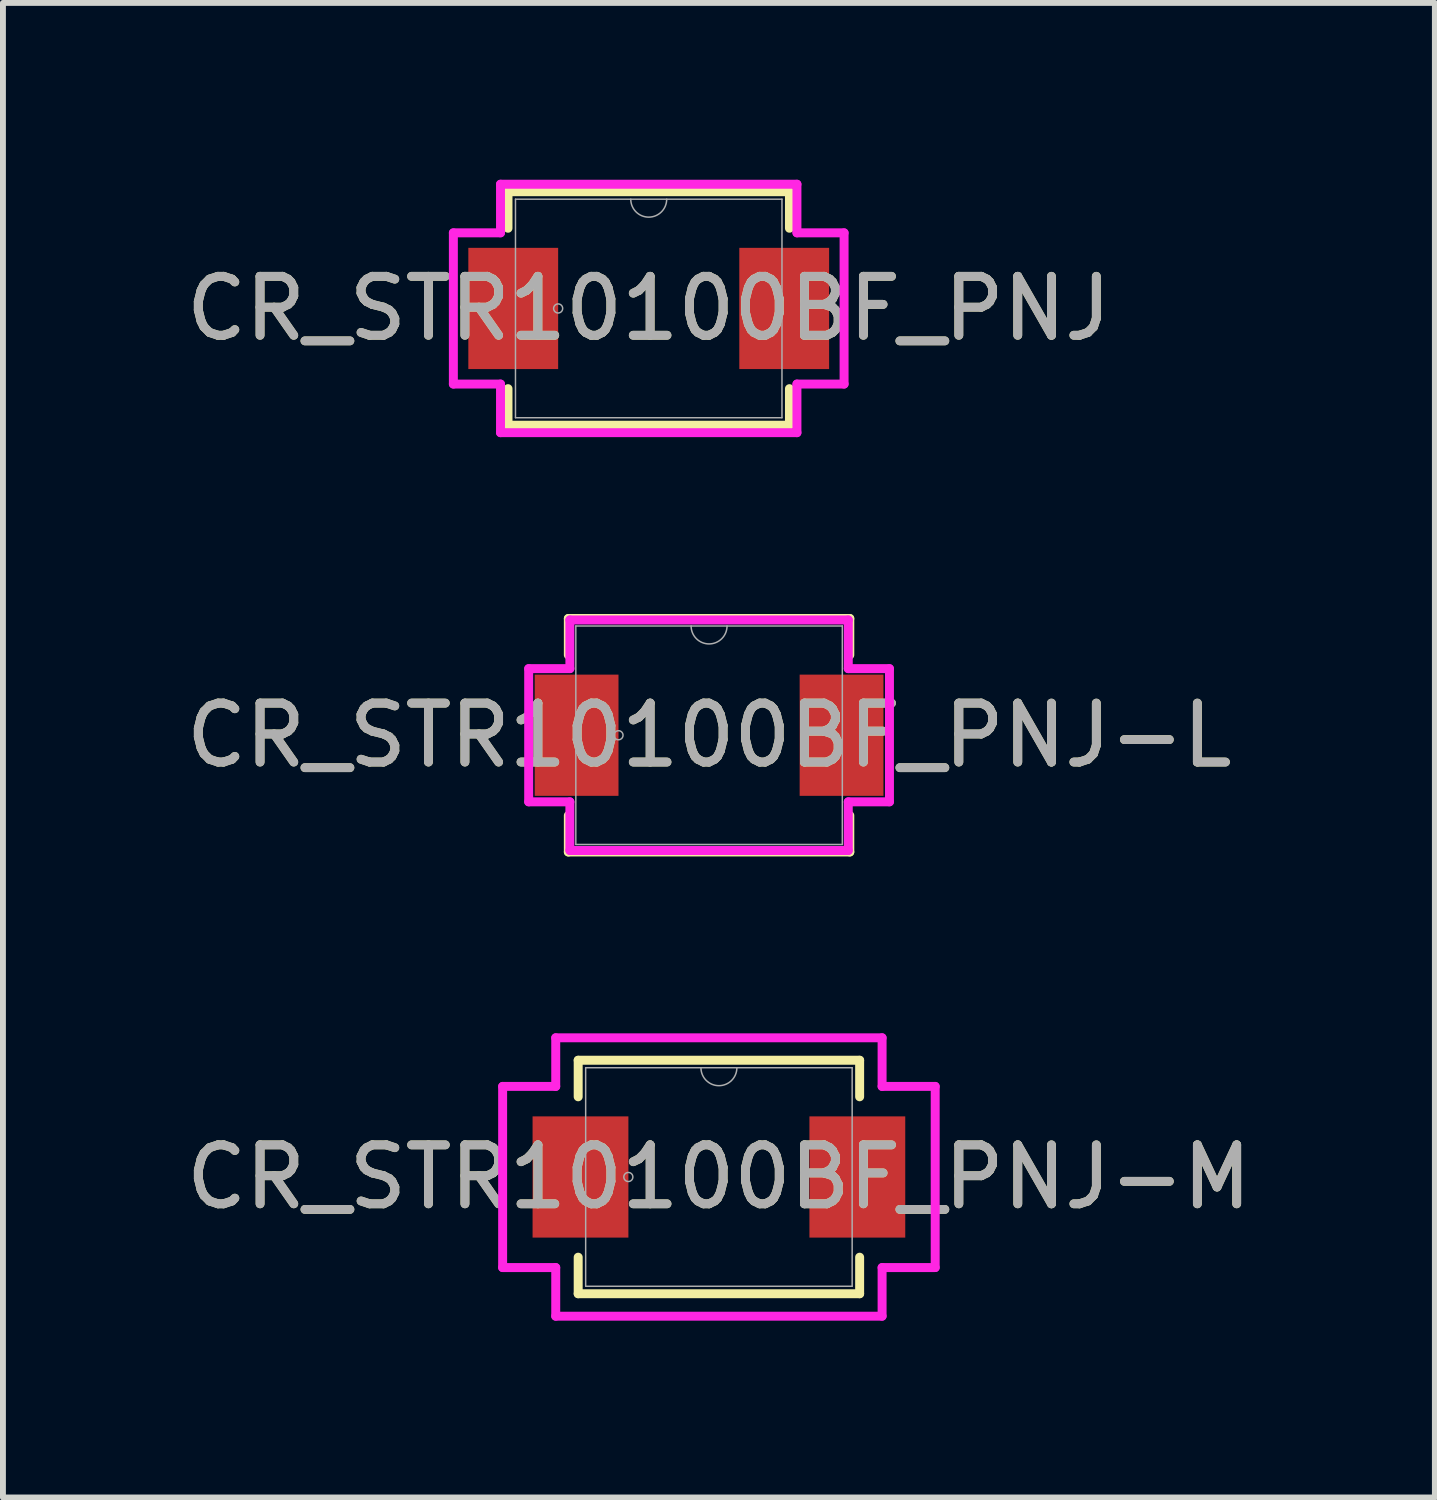
<source format=kicad_pcb>
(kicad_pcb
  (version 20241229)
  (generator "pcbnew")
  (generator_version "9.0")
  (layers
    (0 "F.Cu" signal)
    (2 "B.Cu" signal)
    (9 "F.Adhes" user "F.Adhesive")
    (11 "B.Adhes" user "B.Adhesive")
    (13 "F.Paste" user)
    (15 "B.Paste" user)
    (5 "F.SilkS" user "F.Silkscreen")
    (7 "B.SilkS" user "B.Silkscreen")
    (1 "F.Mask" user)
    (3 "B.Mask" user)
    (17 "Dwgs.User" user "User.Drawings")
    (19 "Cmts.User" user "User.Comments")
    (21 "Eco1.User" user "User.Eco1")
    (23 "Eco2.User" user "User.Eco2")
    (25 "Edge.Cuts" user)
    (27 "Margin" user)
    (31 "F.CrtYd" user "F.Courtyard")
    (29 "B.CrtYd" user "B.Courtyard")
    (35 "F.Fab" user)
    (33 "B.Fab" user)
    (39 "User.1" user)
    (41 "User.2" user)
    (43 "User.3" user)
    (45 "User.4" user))
  (footprint "CR_STR10100BF_PNJ"
    (layer "F.Cu")
    (at 7.958 2.184)
    (property "Reference" "CR_STR10100BF_PNJ" (at 0 0 0) (unlocked yes) (layer "F.SilkS") (effects (font (size 1 1) (thickness 0.15))))
    (attr smd)
    (fp_line (start -2.388 -1.981) (end -2.388 -1.361) (stroke (width 0.152) (type solid)) (layer "F.SilkS"))
    (fp_line (start -2.388 1.361) (end -2.388 1.981) (stroke (width 0.152) (type solid)) (layer "F.SilkS"))
    (fp_line (start -2.388 1.981) (end 2.388 1.981) (stroke (width 0.152) (type solid)) (layer "F.SilkS"))
    (fp_line (start 2.388 -1.981) (end -2.388 -1.981) (stroke (width 0.152) (type solid)) (layer "F.SilkS"))
    (fp_line (start 2.388 -1.361) (end 2.388 -1.981) (stroke (width 0.152) (type solid)) (layer "F.SilkS"))
    (fp_line (start 2.388 1.981) (end 2.388 1.361) (stroke (width 0.152) (type solid)) (layer "F.SilkS"))
    (fp_line (start -3.315 -1.283) (end -2.515 -1.283) (stroke (width 0.152) (type solid)) (layer "F.CrtYd"))
    (fp_line (start -3.315 1.283) (end -3.315 -1.283) (stroke (width 0.152) (type solid)) (layer "F.CrtYd"))
    (fp_line (start -3.315 1.283) (end -2.515 1.283) (stroke (width 0.152) (type solid)) (layer "F.CrtYd"))
    (fp_line (start -2.515 -2.108) (end 2.515 -2.108) (stroke (width 0.152) (type solid)) (layer "F.CrtYd"))
    (fp_line (start -2.515 -1.283) (end -2.515 -2.108) (stroke (width 0.152) (type solid)) (layer "F.CrtYd"))
    (fp_line (start -2.515 2.108) (end -2.515 1.283) (stroke (width 0.152) (type solid)) (layer "F.CrtYd"))
    (fp_line (start 2.515 -2.108) (end 2.515 -1.283) (stroke (width 0.152) (type solid)) (layer "F.CrtYd"))
    (fp_line (start 2.515 1.283) (end 2.515 2.108) (stroke (width 0.152) (type solid)) (layer "F.CrtYd"))
    (fp_line (start 2.515 2.108) (end -2.515 2.108) (stroke (width 0.152) (type solid)) (layer "F.CrtYd"))
    (fp_line (start 3.315 -1.283) (end 2.515 -1.283) (stroke (width 0.152) (type solid)) (layer "F.CrtYd"))
    (fp_line (start 3.315 -1.283) (end 3.315 1.283) (stroke (width 0.152) (type solid)) (layer "F.CrtYd"))
    (fp_line (start 3.315 1.283) (end 2.515 1.283) (stroke (width 0.152) (type solid)) (layer "F.CrtYd"))
    (fp_line (start -2.261 -1.854) (end -2.261 1.854) (stroke (width 0.025) (type solid)) (layer "F.Fab"))
    (fp_line (start -2.261 1.854) (end 2.261 1.854) (stroke (width 0.025) (type solid)) (layer "F.Fab"))
    (fp_line (start 2.261 -1.854) (end -2.261 -1.854) (stroke (width 0.025) (type solid)) (layer "F.Fab"))
    (fp_line (start 2.261 1.854) (end 2.261 -1.854) (stroke (width 0.025) (type solid)) (layer "F.Fab"))
    (fp_arc (start 0.3048 -1.8542) (mid 0 -1.5494) (end -0.3048 -1.8542) (stroke (width 0.0254) (type solid)) (layer "F.Fab"))
    (fp_circle (center -1.537 0) (end -1.46 0) (stroke (width 0.025) (type solid)) (fill no) (layer "F.Fab"))
    (fp_text user "${REFERENCE}" (at 0 0 0) (unlocked yes) (layer "F.Fab") (effects (font (size 1 1) (thickness 0.15))))
    (pad "1" smd rect (at -2.299 0) (size 1.524 2.057) (layers "F.Cu" "F.Mask" "F.Paste"))
    (pad "2" smd rect (at 2.299 0) (size 1.524 2.057) (layers "F.Cu" "F.Mask" "F.Paste")))
  (footprint "CR_STR10100BF_PNJ-L"
    (layer "F.Cu")
    (at 8.982 9.426)
    (property "Reference" "CR_STR10100BF_PNJ-L" (at 0 0 0) (unlocked yes) (layer "F.SilkS") (effects (font (size 1 1) (thickness 0.15))))
    (attr smd)
    (fp_line (start -2.388 -1.981) (end -2.388 -1.361) (stroke (width 0.152) (type solid)) (layer "F.SilkS"))
    (fp_line (start -2.388 1.361) (end -2.388 1.981) (stroke (width 0.152) (type solid)) (layer "F.SilkS"))
    (fp_line (start -2.388 1.981) (end 2.388 1.981) (stroke (width 0.152) (type solid)) (layer "F.SilkS"))
    (fp_line (start 2.388 -1.981) (end -2.388 -1.981) (stroke (width 0.152) (type solid)) (layer "F.SilkS"))
    (fp_line (start 2.388 -1.361) (end 2.388 -1.981) (stroke (width 0.152) (type solid)) (layer "F.SilkS"))
    (fp_line (start 2.388 1.981) (end 2.388 1.361) (stroke (width 0.152) (type solid)) (layer "F.SilkS"))
    (fp_line (start -3.061 -1.13) (end -2.362 -1.13) (stroke (width 0.152) (type solid)) (layer "F.CrtYd"))
    (fp_line (start -3.061 1.13) (end -3.061 -1.13) (stroke (width 0.152) (type solid)) (layer "F.CrtYd"))
    (fp_line (start -3.061 1.13) (end -2.362 1.13) (stroke (width 0.152) (type solid)) (layer "F.CrtYd"))
    (fp_line (start -2.362 -1.956) (end 2.362 -1.956) (stroke (width 0.152) (type solid)) (layer "F.CrtYd"))
    (fp_line (start -2.362 -1.13) (end -2.362 -1.956) (stroke (width 0.152) (type solid)) (layer "F.CrtYd"))
    (fp_line (start -2.362 1.956) (end -2.362 1.13) (stroke (width 0.152) (type solid)) (layer "F.CrtYd"))
    (fp_line (start 2.362 -1.956) (end 2.362 -1.13) (stroke (width 0.152) (type solid)) (layer "F.CrtYd"))
    (fp_line (start 2.362 1.13) (end 2.362 1.956) (stroke (width 0.152) (type solid)) (layer "F.CrtYd"))
    (fp_line (start 2.362 1.956) (end -2.362 1.956) (stroke (width 0.152) (type solid)) (layer "F.CrtYd"))
    (fp_line (start 3.061 -1.13) (end 2.362 -1.13) (stroke (width 0.152) (type solid)) (layer "F.CrtYd"))
    (fp_line (start 3.061 -1.13) (end 3.061 1.13) (stroke (width 0.152) (type solid)) (layer "F.CrtYd"))
    (fp_line (start 3.061 1.13) (end 2.362 1.13) (stroke (width 0.152) (type solid)) (layer "F.CrtYd"))
    (fp_line (start -2.261 -1.854) (end -2.261 1.854) (stroke (width 0.025) (type solid)) (layer "F.Fab"))
    (fp_line (start -2.261 1.854) (end 2.261 1.854) (stroke (width 0.025) (type solid)) (layer "F.Fab"))
    (fp_line (start 2.261 -1.854) (end -2.261 -1.854) (stroke (width 0.025) (type solid)) (layer "F.Fab"))
    (fp_line (start 2.261 1.854) (end 2.261 -1.854) (stroke (width 0.025) (type solid)) (layer "F.Fab"))
    (fp_arc (start 0.3048 -1.8542) (mid 0 -1.5494) (end -0.3048 -1.8542) (stroke (width 0.0254) (type solid)) (layer "F.Fab"))
    (fp_circle (center -1.537 0) (end -1.46 0) (stroke (width 0.025) (type solid)) (fill no) (layer "F.Fab"))
    (fp_text user "${REFERENCE}" (at 0 0 0) (unlocked yes) (layer "F.Fab") (effects (font (size 1 1) (thickness 0.15))))
    (pad "1" smd rect (at -2.248 0) (size 1.422 2.057) (layers "F.Cu" "F.Mask" "F.Paste"))
    (pad "2" smd rect (at 2.248 0) (size 1.422 2.057) (layers "F.Cu" "F.Mask" "F.Paste")))
  (footprint "CR_STR10100BF_PNJ-M"
    (layer "F.Cu")
    (at 9.149 16.922)
    (property "Reference" "CR_STR10100BF_PNJ-M" (at 0 0 0) (unlocked yes) (layer "F.SilkS") (effects (font (size 1 1) (thickness 0.15))))
    (attr smd)
    (fp_line (start -2.388 -1.981) (end -2.388 -1.361) (stroke (width 0.152) (type solid)) (layer "F.SilkS"))
    (fp_line (start -2.388 1.361) (end -2.388 1.981) (stroke (width 0.152) (type solid)) (layer "F.SilkS"))
    (fp_line (start -2.388 1.981) (end 2.388 1.981) (stroke (width 0.152) (type solid)) (layer "F.SilkS"))
    (fp_line (start 2.388 -1.981) (end -2.388 -1.981) (stroke (width 0.152) (type solid)) (layer "F.SilkS"))
    (fp_line (start 2.388 -1.361) (end 2.388 -1.981) (stroke (width 0.152) (type solid)) (layer "F.SilkS"))
    (fp_line (start 2.388 1.981) (end 2.388 1.361) (stroke (width 0.152) (type solid)) (layer "F.SilkS"))
    (fp_line (start -3.67 -1.537) (end -2.769 -1.537) (stroke (width 0.152) (type solid)) (layer "F.CrtYd"))
    (fp_line (start -3.67 1.537) (end -3.67 -1.537) (stroke (width 0.152) (type solid)) (layer "F.CrtYd"))
    (fp_line (start -3.67 1.537) (end -2.769 1.537) (stroke (width 0.152) (type solid)) (layer "F.CrtYd"))
    (fp_line (start -2.769 -2.362) (end 2.769 -2.362) (stroke (width 0.152) (type solid)) (layer "F.CrtYd"))
    (fp_line (start -2.769 -1.537) (end -2.769 -2.362) (stroke (width 0.152) (type solid)) (layer "F.CrtYd"))
    (fp_line (start -2.769 2.362) (end -2.769 1.537) (stroke (width 0.152) (type solid)) (layer "F.CrtYd"))
    (fp_line (start 2.769 -2.362) (end 2.769 -1.537) (stroke (width 0.152) (type solid)) (layer "F.CrtYd"))
    (fp_line (start 2.769 1.537) (end 2.769 2.362) (stroke (width 0.152) (type solid)) (layer "F.CrtYd"))
    (fp_line (start 2.769 2.362) (end -2.769 2.362) (stroke (width 0.152) (type solid)) (layer "F.CrtYd"))
    (fp_line (start 3.67 -1.537) (end 2.769 -1.537) (stroke (width 0.152) (type solid)) (layer "F.CrtYd"))
    (fp_line (start 3.67 -1.537) (end 3.67 1.537) (stroke (width 0.152) (type solid)) (layer "F.CrtYd"))
    (fp_line (start 3.67 1.537) (end 2.769 1.537) (stroke (width 0.152) (type solid)) (layer "F.CrtYd"))
    (fp_line (start -2.261 -1.854) (end -2.261 1.854) (stroke (width 0.025) (type solid)) (layer "F.Fab"))
    (fp_line (start -2.261 1.854) (end 2.261 1.854) (stroke (width 0.025) (type solid)) (layer "F.Fab"))
    (fp_line (start 2.261 -1.854) (end -2.261 -1.854) (stroke (width 0.025) (type solid)) (layer "F.Fab"))
    (fp_line (start 2.261 1.854) (end 2.261 -1.854) (stroke (width 0.025) (type solid)) (layer "F.Fab"))
    (fp_arc (start 0.3048 -1.8542) (mid 0 -1.5494) (end -0.3048 -1.8542) (stroke (width 0.0254) (type solid)) (layer "F.Fab"))
    (fp_circle (center -1.537 0) (end -1.46 0) (stroke (width 0.025) (type solid)) (fill no) (layer "F.Fab"))
    (fp_text user "${REFERENCE}" (at 0 0 0) (unlocked yes) (layer "F.Fab") (effects (font (size 1 1) (thickness 0.15))))
    (pad "1" smd rect (at -2.349 0) (size 1.626 2.057) (layers "F.Cu" "F.Mask" "F.Paste"))
    (pad "2" smd rect (at 2.349 0) (size 1.626 2.057) (layers "F.Cu" "F.Mask" "F.Paste")))
  (gr_rect
    (start -3 -3)
    (end 21.298 22.36)
    (stroke (width 0.1) (type default))
    (fill no)
    (layer "Edge.Cuts")))
</source>
